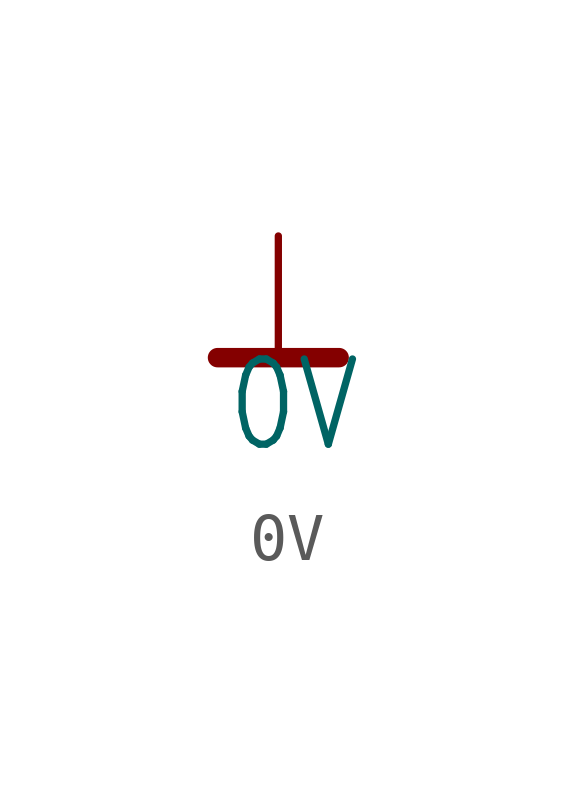
<source format=kicad_sym>
(kicad_symbol_lib
  (version 20220914)
  (generator kicad_symbol_editor)
  (symbol "0V"
    (power)
    (property "Reference" "#SUPPLY"
      (at 0 0 0)
      (effects (font (size 1.27 1.27)) hide))
    (property "Value" "0V"
      (at -1.143 -2.032 0)
      (effects (font (size 1.778 1.511)) (justify left bottom)))
    (property "ki_locked" ""
      (at 0 0 0)
      (effects (font (size 1.27 1.27))))
    (symbol "0V_1_0"
      (polyline (pts (xy -1.27 0) (xy 1.27 0)) (stroke (width 0.406) (type solid)) (fill (type none)))
      (pin power_in line (at 0 2.54 270) (length 2.54) (name "0V" (effects (font (size 0 0)))) (number "1" (effects (font (size 0 0))))))))
</source>
